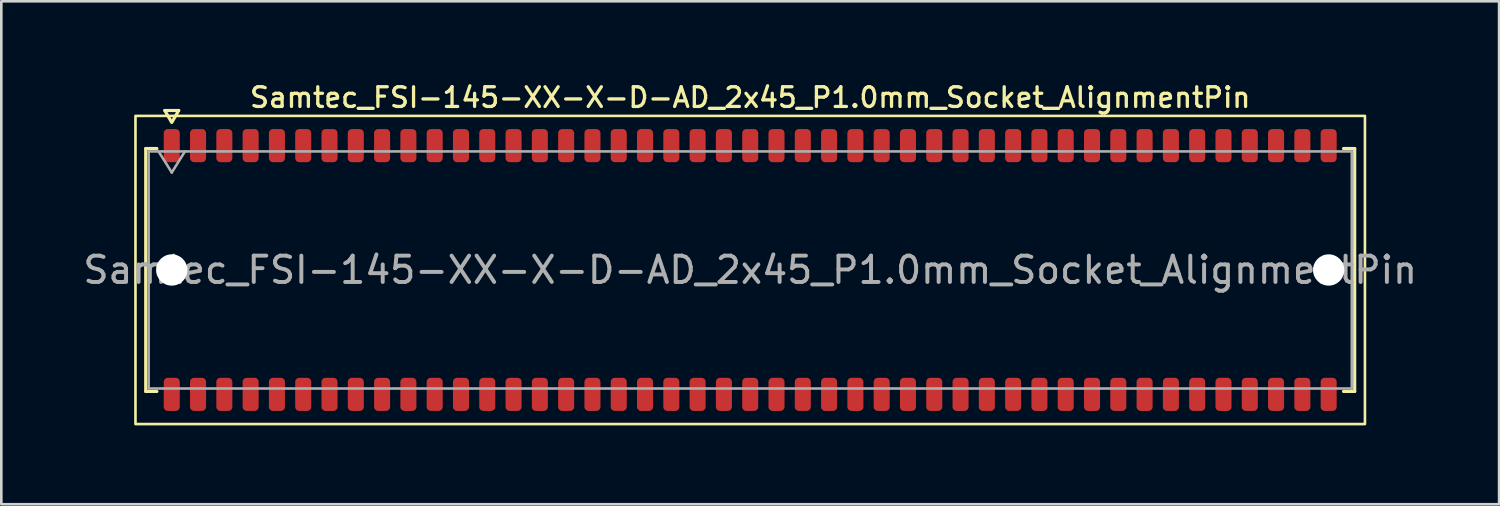
<source format=kicad_pcb>
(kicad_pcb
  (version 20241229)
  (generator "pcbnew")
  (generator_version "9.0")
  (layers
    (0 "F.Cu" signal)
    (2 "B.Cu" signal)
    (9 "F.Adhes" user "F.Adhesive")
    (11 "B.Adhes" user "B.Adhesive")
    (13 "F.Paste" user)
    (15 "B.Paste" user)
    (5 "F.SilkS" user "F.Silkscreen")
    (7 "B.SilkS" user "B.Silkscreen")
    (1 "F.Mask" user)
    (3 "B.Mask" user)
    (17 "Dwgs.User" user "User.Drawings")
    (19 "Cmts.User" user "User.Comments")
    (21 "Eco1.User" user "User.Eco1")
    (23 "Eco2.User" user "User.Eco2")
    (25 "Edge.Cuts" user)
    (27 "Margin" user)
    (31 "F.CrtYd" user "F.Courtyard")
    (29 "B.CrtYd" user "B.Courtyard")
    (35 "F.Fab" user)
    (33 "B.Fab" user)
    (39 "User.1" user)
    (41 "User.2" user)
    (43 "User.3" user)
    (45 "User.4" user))
  (footprint "Samtec_FSI-145-XX-X-D-AD_2x45_P1.0mm_Socket_AlignmentPin"
    (layer "F.Cu")
    (at 25.482 7.218)
    (property "Reference" "Samtec_FSI-145-XX-X-D-AD_2x45_P1.0mm_Socket_AlignmentPin" (at 0 -6.56 0) (layer "F.SilkS") (effects (font (size 0.75 0.75) (thickness 0.125))))
    (attr smd)
    (fp_line (start -22.99 -4.619) (end -22.565 -4.619) (stroke (width 0.12) (type solid)) (layer "F.SilkS"))
    (fp_line (start -22.99 4.619) (end -22.99 -4.619) (stroke (width 0.12) (type solid)) (layer "F.SilkS"))
    (fp_line (start -22.565 4.619) (end -22.99 4.619) (stroke (width 0.12) (type solid)) (layer "F.SilkS"))
    (fp_line (start -22.264 -6.066) (end -22.007 -5.62) (stroke (width 0.12) (type solid)) (layer "F.SilkS"))
    (fp_line (start -21.993 -5.62) (end -21.736 -6.066) (stroke (width 0.12) (type solid)) (layer "F.SilkS"))
    (fp_line (start -21.736 -6.066) (end -22.264 -6.066) (stroke (width 0.12) (type solid)) (layer "F.SilkS"))
    (fp_line (start 22.565 -4.619) (end 22.99 -4.619) (stroke (width 0.12) (type solid)) (layer "F.SilkS"))
    (fp_line (start 22.99 -4.619) (end 22.99 4.619) (stroke (width 0.12) (type solid)) (layer "F.SilkS"))
    (fp_line (start 22.99 4.619) (end 22.565 4.619) (stroke (width 0.12) (type solid)) (layer "F.SilkS"))
    (fp_rect (start -23.38 -5.86) (end 23.38 5.86) (stroke (width 0.1) (type solid)) (fill no) (layer "F.SilkS"))
    (fp_line (start -22.88 -4.508) (end 22.88 -4.508) (stroke (width 0.1) (type solid)) (layer "F.Fab"))
    (fp_line (start -22.88 4.508) (end -22.88 -4.508) (stroke (width 0.1) (type solid)) (layer "F.Fab"))
    (fp_line (start -22.5 -4.508) (end -22 -3.708) (stroke (width 0.1) (type solid)) (layer "F.Fab"))
    (fp_line (start -22 -3.708) (end -21.5 -4.508) (stroke (width 0.1) (type solid)) (layer "F.Fab"))
    (fp_line (start 22.88 -4.508) (end 22.88 4.508) (stroke (width 0.1) (type solid)) (layer "F.Fab"))
    (fp_line (start 22.88 4.508) (end -22.88 4.508) (stroke (width 0.1) (type solid)) (layer "F.Fab"))
    (fp_text user "${REFERENCE}" (at 0 0 0) (layer "F.Fab") (effects (font (size 1 1) (thickness 0.15))))
    (pad "" np_thru_hole circle (at -22 0) (size 1.19 1.19) (drill 1.19) (layers "*.Cu" "*.Mask"))
    (pad "" np_thru_hole circle (at 22 0) (size 1.19 1.19) (drill 1.19) (layers "*.Cu" "*.Mask"))
    (pad "1" smd roundrect (at -22 -4.73) (size 0.61 1.26) (layers "F.Cu" "F.Mask" "F.Paste") (roundrect_rratio 0.25))
    (pad "2" smd roundrect (at -22 4.73) (size 0.61 1.26) (layers "F.Cu" "F.Mask" "F.Paste") (roundrect_rratio 0.25))
    (pad "3" smd roundrect (at -21 -4.73) (size 0.61 1.26) (layers "F.Cu" "F.Mask" "F.Paste") (roundrect_rratio 0.25))
    (pad "4" smd roundrect (at -21 4.73) (size 0.61 1.26) (layers "F.Cu" "F.Mask" "F.Paste") (roundrect_rratio 0.25))
    (pad "5" smd roundrect (at -20 -4.73) (size 0.61 1.26) (layers "F.Cu" "F.Mask" "F.Paste") (roundrect_rratio 0.25))
    (pad "6" smd roundrect (at -20 4.73) (size 0.61 1.26) (layers "F.Cu" "F.Mask" "F.Paste") (roundrect_rratio 0.25))
    (pad "7" smd roundrect (at -19 -4.73) (size 0.61 1.26) (layers "F.Cu" "F.Mask" "F.Paste") (roundrect_rratio 0.25))
    (pad "8" smd roundrect (at -19 4.73) (size 0.61 1.26) (layers "F.Cu" "F.Mask" "F.Paste") (roundrect_rratio 0.25))
    (pad "9" smd roundrect (at -18 -4.73) (size 0.61 1.26) (layers "F.Cu" "F.Mask" "F.Paste") (roundrect_rratio 0.25))
    (pad "10" smd roundrect (at -18 4.73) (size 0.61 1.26) (layers "F.Cu" "F.Mask" "F.Paste") (roundrect_rratio 0.25))
    (pad "11" smd roundrect (at -17 -4.73) (size 0.61 1.26) (layers "F.Cu" "F.Mask" "F.Paste") (roundrect_rratio 0.25))
    (pad "12" smd roundrect (at -17 4.73) (size 0.61 1.26) (layers "F.Cu" "F.Mask" "F.Paste") (roundrect_rratio 0.25))
    (pad "13" smd roundrect (at -16 -4.73) (size 0.61 1.26) (layers "F.Cu" "F.Mask" "F.Paste") (roundrect_rratio 0.25))
    (pad "14" smd roundrect (at -16 4.73) (size 0.61 1.26) (layers "F.Cu" "F.Mask" "F.Paste") (roundrect_rratio 0.25))
    (pad "15" smd roundrect (at -15 -4.73) (size 0.61 1.26) (layers "F.Cu" "F.Mask" "F.Paste") (roundrect_rratio 0.25))
    (pad "16" smd roundrect (at -15 4.73) (size 0.61 1.26) (layers "F.Cu" "F.Mask" "F.Paste") (roundrect_rratio 0.25))
    (pad "17" smd roundrect (at -14 -4.73) (size 0.61 1.26) (layers "F.Cu" "F.Mask" "F.Paste") (roundrect_rratio 0.25))
    (pad "18" smd roundrect (at -14 4.73) (size 0.61 1.26) (layers "F.Cu" "F.Mask" "F.Paste") (roundrect_rratio 0.25))
    (pad "19" smd roundrect (at -13 -4.73) (size 0.61 1.26) (layers "F.Cu" "F.Mask" "F.Paste") (roundrect_rratio 0.25))
    (pad "20" smd roundrect (at -13 4.73) (size 0.61 1.26) (layers "F.Cu" "F.Mask" "F.Paste") (roundrect_rratio 0.25))
    (pad "21" smd roundrect (at -12 -4.73) (size 0.61 1.26) (layers "F.Cu" "F.Mask" "F.Paste") (roundrect_rratio 0.25))
    (pad "22" smd roundrect (at -12 4.73) (size 0.61 1.26) (layers "F.Cu" "F.Mask" "F.Paste") (roundrect_rratio 0.25))
    (pad "23" smd roundrect (at -11 -4.73) (size 0.61 1.26) (layers "F.Cu" "F.Mask" "F.Paste") (roundrect_rratio 0.25))
    (pad "24" smd roundrect (at -11 4.73) (size 0.61 1.26) (layers "F.Cu" "F.Mask" "F.Paste") (roundrect_rratio 0.25))
    (pad "25" smd roundrect (at -10 -4.73) (size 0.61 1.26) (layers "F.Cu" "F.Mask" "F.Paste") (roundrect_rratio 0.25))
    (pad "26" smd roundrect (at -10 4.73) (size 0.61 1.26) (layers "F.Cu" "F.Mask" "F.Paste") (roundrect_rratio 0.25))
    (pad "27" smd roundrect (at -9 -4.73) (size 0.61 1.26) (layers "F.Cu" "F.Mask" "F.Paste") (roundrect_rratio 0.25))
    (pad "28" smd roundrect (at -9 4.73) (size 0.61 1.26) (layers "F.Cu" "F.Mask" "F.Paste") (roundrect_rratio 0.25))
    (pad "29" smd roundrect (at -8 -4.73) (size 0.61 1.26) (layers "F.Cu" "F.Mask" "F.Paste") (roundrect_rratio 0.25))
    (pad "30" smd roundrect (at -8 4.73) (size 0.61 1.26) (layers "F.Cu" "F.Mask" "F.Paste") (roundrect_rratio 0.25))
    (pad "31" smd roundrect (at -7 -4.73) (size 0.61 1.26) (layers "F.Cu" "F.Mask" "F.Paste") (roundrect_rratio 0.25))
    (pad "32" smd roundrect (at -7 4.73) (size 0.61 1.26) (layers "F.Cu" "F.Mask" "F.Paste") (roundrect_rratio 0.25))
    (pad "33" smd roundrect (at -6 -4.73) (size 0.61 1.26) (layers "F.Cu" "F.Mask" "F.Paste") (roundrect_rratio 0.25))
    (pad "34" smd roundrect (at -6 4.73) (size 0.61 1.26) (layers "F.Cu" "F.Mask" "F.Paste") (roundrect_rratio 0.25))
    (pad "35" smd roundrect (at -5 -4.73) (size 0.61 1.26) (layers "F.Cu" "F.Mask" "F.Paste") (roundrect_rratio 0.25))
    (pad "36" smd roundrect (at -5 4.73) (size 0.61 1.26) (layers "F.Cu" "F.Mask" "F.Paste") (roundrect_rratio 0.25))
    (pad "37" smd roundrect (at -4 -4.73) (size 0.61 1.26) (layers "F.Cu" "F.Mask" "F.Paste") (roundrect_rratio 0.25))
    (pad "38" smd roundrect (at -4 4.73) (size 0.61 1.26) (layers "F.Cu" "F.Mask" "F.Paste") (roundrect_rratio 0.25))
    (pad "39" smd roundrect (at -3 -4.73) (size 0.61 1.26) (layers "F.Cu" "F.Mask" "F.Paste") (roundrect_rratio 0.25))
    (pad "40" smd roundrect (at -3 4.73) (size 0.61 1.26) (layers "F.Cu" "F.Mask" "F.Paste") (roundrect_rratio 0.25))
    (pad "41" smd roundrect (at -2 -4.73) (size 0.61 1.26) (layers "F.Cu" "F.Mask" "F.Paste") (roundrect_rratio 0.25))
    (pad "42" smd roundrect (at -2 4.73) (size 0.61 1.26) (layers "F.Cu" "F.Mask" "F.Paste") (roundrect_rratio 0.25))
    (pad "43" smd roundrect (at -1 -4.73) (size 0.61 1.26) (layers "F.Cu" "F.Mask" "F.Paste") (roundrect_rratio 0.25))
    (pad "44" smd roundrect (at -1 4.73) (size 0.61 1.26) (layers "F.Cu" "F.Mask" "F.Paste") (roundrect_rratio 0.25))
    (pad "45" smd roundrect (at 0 -4.73) (size 0.61 1.26) (layers "F.Cu" "F.Mask" "F.Paste") (roundrect_rratio 0.25))
    (pad "46" smd roundrect (at 0 4.73) (size 0.61 1.26) (layers "F.Cu" "F.Mask" "F.Paste") (roundrect_rratio 0.25))
    (pad "47" smd roundrect (at 1 -4.73) (size 0.61 1.26) (layers "F.Cu" "F.Mask" "F.Paste") (roundrect_rratio 0.25))
    (pad "48" smd roundrect (at 1 4.73) (size 0.61 1.26) (layers "F.Cu" "F.Mask" "F.Paste") (roundrect_rratio 0.25))
    (pad "49" smd roundrect (at 2 -4.73) (size 0.61 1.26) (layers "F.Cu" "F.Mask" "F.Paste") (roundrect_rratio 0.25))
    (pad "50" smd roundrect (at 2 4.73) (size 0.61 1.26) (layers "F.Cu" "F.Mask" "F.Paste") (roundrect_rratio 0.25))
    (pad "51" smd roundrect (at 3 -4.73) (size 0.61 1.26) (layers "F.Cu" "F.Mask" "F.Paste") (roundrect_rratio 0.25))
    (pad "52" smd roundrect (at 3 4.73) (size 0.61 1.26) (layers "F.Cu" "F.Mask" "F.Paste") (roundrect_rratio 0.25))
    (pad "53" smd roundrect (at 4 -4.73) (size 0.61 1.26) (layers "F.Cu" "F.Mask" "F.Paste") (roundrect_rratio 0.25))
    (pad "54" smd roundrect (at 4 4.73) (size 0.61 1.26) (layers "F.Cu" "F.Mask" "F.Paste") (roundrect_rratio 0.25))
    (pad "55" smd roundrect (at 5 -4.73) (size 0.61 1.26) (layers "F.Cu" "F.Mask" "F.Paste") (roundrect_rratio 0.25))
    (pad "56" smd roundrect (at 5 4.73) (size 0.61 1.26) (layers "F.Cu" "F.Mask" "F.Paste") (roundrect_rratio 0.25))
    (pad "57" smd roundrect (at 6 -4.73) (size 0.61 1.26) (layers "F.Cu" "F.Mask" "F.Paste") (roundrect_rratio 0.25))
    (pad "58" smd roundrect (at 6 4.73) (size 0.61 1.26) (layers "F.Cu" "F.Mask" "F.Paste") (roundrect_rratio 0.25))
    (pad "59" smd roundrect (at 7 -4.73) (size 0.61 1.26) (layers "F.Cu" "F.Mask" "F.Paste") (roundrect_rratio 0.25))
    (pad "60" smd roundrect (at 7 4.73) (size 0.61 1.26) (layers "F.Cu" "F.Mask" "F.Paste") (roundrect_rratio 0.25))
    (pad "61" smd roundrect (at 8 -4.73) (size 0.61 1.26) (layers "F.Cu" "F.Mask" "F.Paste") (roundrect_rratio 0.25))
    (pad "62" smd roundrect (at 8 4.73) (size 0.61 1.26) (layers "F.Cu" "F.Mask" "F.Paste") (roundrect_rratio 0.25))
    (pad "63" smd roundrect (at 9 -4.73) (size 0.61 1.26) (layers "F.Cu" "F.Mask" "F.Paste") (roundrect_rratio 0.25))
    (pad "64" smd roundrect (at 9 4.73) (size 0.61 1.26) (layers "F.Cu" "F.Mask" "F.Paste") (roundrect_rratio 0.25))
    (pad "65" smd roundrect (at 10 -4.73) (size 0.61 1.26) (layers "F.Cu" "F.Mask" "F.Paste") (roundrect_rratio 0.25))
    (pad "66" smd roundrect (at 10 4.73) (size 0.61 1.26) (layers "F.Cu" "F.Mask" "F.Paste") (roundrect_rratio 0.25))
    (pad "67" smd roundrect (at 11 -4.73) (size 0.61 1.26) (layers "F.Cu" "F.Mask" "F.Paste") (roundrect_rratio 0.25))
    (pad "68" smd roundrect (at 11 4.73) (size 0.61 1.26) (layers "F.Cu" "F.Mask" "F.Paste") (roundrect_rratio 0.25))
    (pad "69" smd roundrect (at 12 -4.73) (size 0.61 1.26) (layers "F.Cu" "F.Mask" "F.Paste") (roundrect_rratio 0.25))
    (pad "70" smd roundrect (at 12 4.73) (size 0.61 1.26) (layers "F.Cu" "F.Mask" "F.Paste") (roundrect_rratio 0.25))
    (pad "71" smd roundrect (at 13 -4.73) (size 0.61 1.26) (layers "F.Cu" "F.Mask" "F.Paste") (roundrect_rratio 0.25))
    (pad "72" smd roundrect (at 13 4.73) (size 0.61 1.26) (layers "F.Cu" "F.Mask" "F.Paste") (roundrect_rratio 0.25))
    (pad "73" smd roundrect (at 14 -4.73) (size 0.61 1.26) (layers "F.Cu" "F.Mask" "F.Paste") (roundrect_rratio 0.25))
    (pad "74" smd roundrect (at 14 4.73) (size 0.61 1.26) (layers "F.Cu" "F.Mask" "F.Paste") (roundrect_rratio 0.25))
    (pad "75" smd roundrect (at 15 -4.73) (size 0.61 1.26) (layers "F.Cu" "F.Mask" "F.Paste") (roundrect_rratio 0.25))
    (pad "76" smd roundrect (at 15 4.73) (size 0.61 1.26) (layers "F.Cu" "F.Mask" "F.Paste") (roundrect_rratio 0.25))
    (pad "77" smd roundrect (at 16 -4.73) (size 0.61 1.26) (layers "F.Cu" "F.Mask" "F.Paste") (roundrect_rratio 0.25))
    (pad "78" smd roundrect (at 16 4.73) (size 0.61 1.26) (layers "F.Cu" "F.Mask" "F.Paste") (roundrect_rratio 0.25))
    (pad "79" smd roundrect (at 17 -4.73) (size 0.61 1.26) (layers "F.Cu" "F.Mask" "F.Paste") (roundrect_rratio 0.25))
    (pad "80" smd roundrect (at 17 4.73) (size 0.61 1.26) (layers "F.Cu" "F.Mask" "F.Paste") (roundrect_rratio 0.25))
    (pad "81" smd roundrect (at 18 -4.73) (size 0.61 1.26) (layers "F.Cu" "F.Mask" "F.Paste") (roundrect_rratio 0.25))
    (pad "82" smd roundrect (at 18 4.73) (size 0.61 1.26) (layers "F.Cu" "F.Mask" "F.Paste") (roundrect_rratio 0.25))
    (pad "83" smd roundrect (at 19 -4.73) (size 0.61 1.26) (layers "F.Cu" "F.Mask" "F.Paste") (roundrect_rratio 0.25))
    (pad "84" smd roundrect (at 19 4.73) (size 0.61 1.26) (layers "F.Cu" "F.Mask" "F.Paste") (roundrect_rratio 0.25))
    (pad "85" smd roundrect (at 20 -4.73) (size 0.61 1.26) (layers "F.Cu" "F.Mask" "F.Paste") (roundrect_rratio 0.25))
    (pad "86" smd roundrect (at 20 4.73) (size 0.61 1.26) (layers "F.Cu" "F.Mask" "F.Paste") (roundrect_rratio 0.25))
    (pad "87" smd roundrect (at 21 -4.73) (size 0.61 1.26) (layers "F.Cu" "F.Mask" "F.Paste") (roundrect_rratio 0.25))
    (pad "88" smd roundrect (at 21 4.73) (size 0.61 1.26) (layers "F.Cu" "F.Mask" "F.Paste") (roundrect_rratio 0.25))
    (pad "89" smd roundrect (at 22 -4.73) (size 0.61 1.26) (layers "F.Cu" "F.Mask" "F.Paste") (roundrect_rratio 0.25))
    (pad "90" smd roundrect (at 22 4.73) (size 0.61 1.26) (layers "F.Cu" "F.Mask" "F.Paste") (roundrect_rratio 0.25)))
  (gr_rect
    (start -3 -3)
    (end 53.964 16.128)
    (stroke (width 0.1) (type default))
    (fill no)
    (layer "Edge.Cuts")))
</source>
